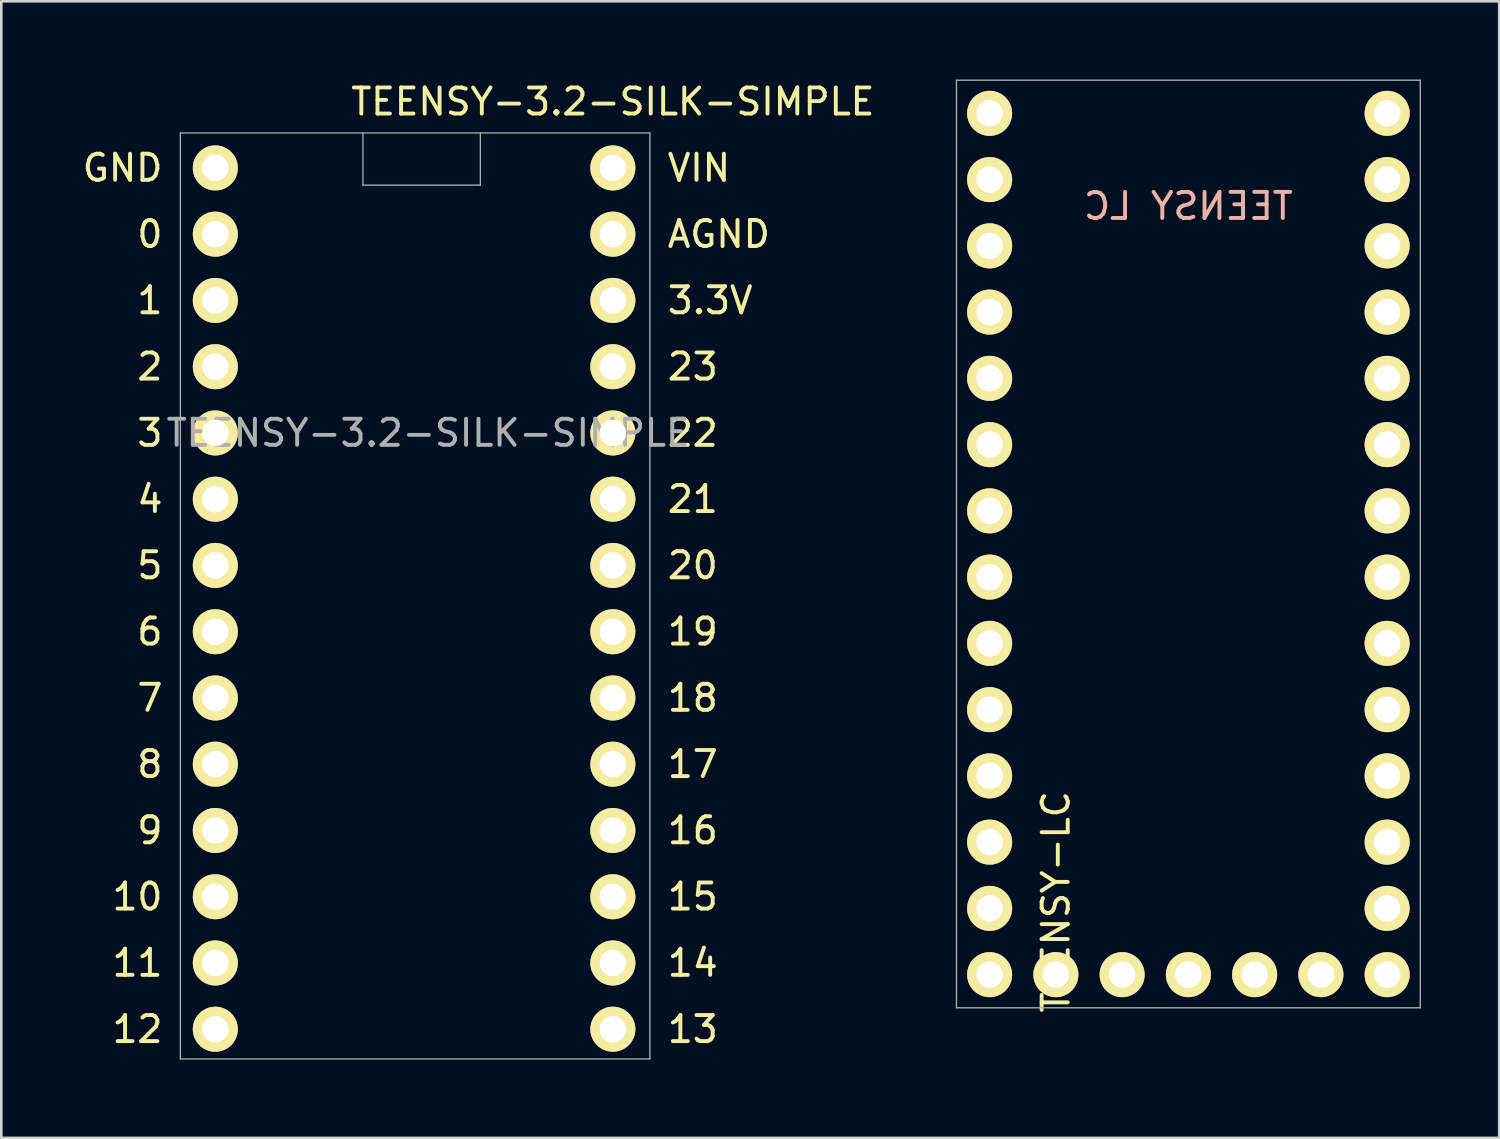
<source format=kicad_pcb>
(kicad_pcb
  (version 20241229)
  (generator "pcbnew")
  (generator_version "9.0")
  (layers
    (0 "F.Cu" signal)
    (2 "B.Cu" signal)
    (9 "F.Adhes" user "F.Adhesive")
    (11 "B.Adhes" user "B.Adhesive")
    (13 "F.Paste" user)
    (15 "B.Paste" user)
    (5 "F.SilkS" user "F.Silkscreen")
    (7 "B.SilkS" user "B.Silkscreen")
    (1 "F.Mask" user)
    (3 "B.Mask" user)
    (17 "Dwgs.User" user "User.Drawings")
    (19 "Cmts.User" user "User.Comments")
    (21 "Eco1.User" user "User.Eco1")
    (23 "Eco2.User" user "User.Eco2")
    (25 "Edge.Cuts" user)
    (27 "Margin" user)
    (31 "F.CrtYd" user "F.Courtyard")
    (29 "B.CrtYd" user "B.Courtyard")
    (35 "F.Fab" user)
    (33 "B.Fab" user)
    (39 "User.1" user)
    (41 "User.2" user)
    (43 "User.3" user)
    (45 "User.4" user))
  (footprint "TEENSY-LC"
    (layer "F.Cu")
    (at 45.049 11.455)
    (property "Reference" "TEENSY-LC" (at -7.62 20.066 270) (layer "F.SilkS") (effects (font (size 1 1) (thickness 0.15))))
    (attr smd)
    (fp_line (start -11.43 -11.43) (end -11.43 24.13) (stroke (width 0.051) (type solid)) (layer "F.Fab"))
    (fp_line (start -11.43 24.13) (end 6.35 24.13) (stroke (width 0.051) (type solid)) (layer "F.Fab"))
    (fp_line (start 6.35 -11.43) (end -11.43 -11.43) (stroke (width 0.051) (type solid)) (layer "F.Fab"))
    (fp_line (start 6.35 24.13) (end 6.35 -11.43) (stroke (width 0.051) (type solid)) (layer "F.Fab"))
    (fp_text user "TEENSY LC" (at -2.54 -6.604 180) (layer "B.SilkS") (effects (font (size 1 1) (thickness 0.15)) (justify mirror)))
    (pad "0" thru_hole circle (at -10.16 -7.62) (size 1.727 1.727) (drill 1.016) (layers "*.Cu" "*.Mask" "F.SilkS"))
    (pad "1" thru_hole circle (at -10.16 -5.08) (size 1.727 1.727) (drill 1.016) (layers "*.Cu" "*.Mask" "F.SilkS"))
    (pad "2" thru_hole circle (at -10.16 -2.54) (size 1.727 1.727) (drill 1.016) (layers "*.Cu" "*.Mask" "F.SilkS"))
    (pad "3" thru_hole circle (at -10.16 0) (size 1.727 1.727) (drill 1.016) (layers "*.Cu" "*.Mask" "F.SilkS"))
    (pad "3V1" thru_hole circle (at -5.08 22.86) (size 1.727 1.727) (drill 1.016) (layers "*.Cu" "*.Mask" "F.SilkS"))
    (pad "3V2" thru_hole circle (at 5.08 -5.08) (size 1.727 1.727) (drill 1.016) (layers "*.Cu" "*.Mask" "F.SilkS"))
    (pad "4" thru_hole circle (at -10.16 2.54) (size 1.727 1.727) (drill 1.016) (layers "*.Cu" "*.Mask" "F.SilkS"))
    (pad "5" thru_hole circle (at -10.16 5.08) (size 1.727 1.727) (drill 1.016) (layers "*.Cu" "*.Mask" "F.SilkS"))
    (pad "6" thru_hole circle (at -10.16 7.62) (size 1.727 1.727) (drill 1.016) (layers "*.Cu" "*.Mask" "F.SilkS"))
    (pad "7" thru_hole circle (at -10.16 10.16) (size 1.727 1.727) (drill 1.016) (layers "*.Cu" "*.Mask" "F.SilkS"))
    (pad "8" thru_hole circle (at -10.16 12.7) (size 1.727 1.727) (drill 1.016) (layers "*.Cu" "*.Mask" "F.SilkS"))
    (pad "9" thru_hole circle (at -10.16 15.24) (size 1.727 1.727) (drill 1.016) (layers "*.Cu" "*.Mask" "F.SilkS"))
    (pad "10" thru_hole circle (at -10.16 17.78) (size 1.727 1.727) (drill 1.016) (layers "*.Cu" "*.Mask" "F.SilkS"))
    (pad "11" thru_hole circle (at -10.16 20.32) (size 1.727 1.727) (drill 1.016) (layers "*.Cu" "*.Mask" "F.SilkS"))
    (pad "12" thru_hole circle (at -10.16 22.86) (size 1.727 1.727) (drill 1.016) (layers "*.Cu" "*.Mask" "F.SilkS"))
    (pad "13" thru_hole circle (at 5.08 22.86) (size 1.727 1.727) (drill 1.016) (layers "*.Cu" "*.Mask" "F.SilkS"))
    (pad "14" thru_hole circle (at 5.08 20.32) (size 1.727 1.727) (drill 1.016) (layers "*.Cu" "*.Mask" "F.SilkS"))
    (pad "15" thru_hole circle (at 5.08 17.78) (size 1.727 1.727) (drill 1.016) (layers "*.Cu" "*.Mask" "F.SilkS"))
    (pad "16" thru_hole circle (at 5.08 15.24) (size 1.727 1.727) (drill 1.016) (layers "*.Cu" "*.Mask" "F.SilkS"))
    (pad "17" thru_hole circle (at 5.08 12.7) (size 1.727 1.727) (drill 1.016) (layers "*.Cu" "*.Mask" "F.SilkS"))
    (pad "17A" thru_hole circle (at -7.62 22.86) (size 1.727 1.727) (drill 1.016) (layers "*.Cu" "*.Mask" "F.SilkS"))
    (pad "18" thru_hole circle (at 5.08 10.16) (size 1.727 1.727) (drill 1.016) (layers "*.Cu" "*.Mask" "F.SilkS"))
    (pad "19" thru_hole circle (at 5.08 7.62) (size 1.727 1.727) (drill 1.016) (layers "*.Cu" "*.Mask" "F.SilkS"))
    (pad "20" thru_hole circle (at 5.08 5.08) (size 1.727 1.727) (drill 1.016) (layers "*.Cu" "*.Mask" "F.SilkS"))
    (pad "21" thru_hole circle (at 5.08 2.54) (size 1.727 1.727) (drill 1.016) (layers "*.Cu" "*.Mask" "F.SilkS"))
    (pad "22" thru_hole circle (at 5.08 0) (size 1.727 1.727) (drill 1.016) (layers "*.Cu" "*.Mask" "F.SilkS"))
    (pad "23" thru_hole circle (at 5.08 -2.54) (size 1.727 1.727) (drill 1.016) (layers "*.Cu" "*.Mask" "F.SilkS"))
    (pad "DAC" thru_hole circle (at 2.54 22.86) (size 1.727 1.727) (drill 1.016) (layers "*.Cu" "*.Mask" "F.SilkS"))
    (pad "G1" thru_hole circle (at -10.16 -10.16) (size 1.727 1.727) (drill 1.016) (layers "*.Cu" "*.Mask" "F.SilkS"))
    (pad "G2" thru_hole circle (at -2.54 22.86) (size 1.727 1.727) (drill 1.016) (layers "*.Cu" "*.Mask" "F.SilkS"))
    (pad "G3" thru_hole circle (at 5.08 -7.62) (size 1.727 1.727) (drill 1.016) (layers "*.Cu" "*.Mask" "F.SilkS"))
    (pad "PGM" thru_hole circle (at 0 22.86) (size 1.727 1.727) (drill 1.016) (layers "*.Cu" "*.Mask" "F.SilkS"))
    (pad "VIN" thru_hole circle (at 5.08 -10.16) (size 1.727 1.727) (drill 1.016) (layers "*.Cu" "*.Mask" "F.SilkS")))
  (footprint "TEENSY-3.2-SILK-SIMPLE"
    (layer "F.Cu")
    (at 15.365 13.548)
    (property "Reference" "TEENSY-3.2-SILK-SIMPLE" (at -2 0 0) (layer "F.Fab") (effects (font (size 1 1) (thickness 0.15))))
    (attr smd)
    (fp_line (start -11.5 -11.5) (end -11.5 24) (stroke (width 0.05) (type solid)) (layer "F.Fab"))
    (fp_line (start -11.5 24) (end 6.5 24) (stroke (width 0.05) (type solid)) (layer "F.Fab"))
    (fp_line (start -4.5 -11.5) (end -4.5 -9.5) (stroke (width 0.05) (type solid)) (layer "F.Fab"))
    (fp_line (start -4.5 -9.5) (end 0 -9.5) (stroke (width 0.05) (type solid)) (layer "F.Fab"))
    (fp_line (start 0 -9.5) (end 0 -11.5) (stroke (width 0.05) (type solid)) (layer "F.Fab"))
    (fp_line (start 6.5 -11.5) (end -11.5 -11.5) (stroke (width 0.05) (type solid)) (layer "F.Fab"))
    (fp_line (start 6.5 24) (end 6.5 -11.5) (stroke (width 0.05) (type solid)) (layer "F.Fab"))
    (fp_text user "7" (at -12.668 10.16 0) (layer "F.SilkS") (effects (font (size 1 1) (thickness 0.15))))
    (fp_text user "22" (at 8.144 0 0) (layer "F.SilkS") (effects (font (size 1 1) (thickness 0.15))))
    (fp_text user "14" (at 8.144 20.32 0) (layer "F.SilkS") (effects (font (size 1 1) (thickness 0.15))))
    (fp_text user "20" (at 8.144 5.08 0) (layer "F.SilkS") (effects (font (size 1 1) (thickness 0.15))))
    (fp_text user "AGND" (at 9.144 -7.62 0) (layer "F.SilkS") (effects (font (size 1 1) (thickness 0.15))))
    (fp_text user "17" (at 8.144 12.7 0) (layer "F.SilkS") (effects (font (size 1 1) (thickness 0.15))))
    (fp_text user "21" (at 8.144 2.54 0) (layer "F.SilkS") (effects (font (size 1 1) (thickness 0.15))))
    (fp_text user "15" (at 8.144 17.78 0) (layer "F.SilkS") (effects (font (size 1 1) (thickness 0.15))))
    (fp_text user "9" (at -12.668 15.24 0) (layer "F.SilkS") (effects (font (size 1 1) (thickness 0.15))))
    (fp_text user "5" (at -12.668 5.08 0) (layer "F.SilkS") (effects (font (size 1 1) (thickness 0.15))))
    (fp_text user "19" (at 8.144 7.62 0) (layer "F.SilkS") (effects (font (size 1 1) (thickness 0.15))))
    (fp_text user "10" (at -13.145 17.78 0) (layer "F.SilkS") (effects (font (size 1 1) (thickness 0.15))))
    (fp_text user "2" (at -12.668 -2.54 0) (layer "F.SilkS") (effects (font (size 1 1) (thickness 0.15))))
    (fp_text user "12" (at -13.145 22.86 0) (layer "F.SilkS") (effects (font (size 1 1) (thickness 0.15))))
    (fp_text user "16" (at 8.144 15.24 0) (layer "F.SilkS") (effects (font (size 1 1) (thickness 0.15))))
    (fp_text user "1" (at -12.668 -5.08 0) (layer "F.SilkS") (effects (font (size 1 1) (thickness 0.15))))
    (fp_text user "6" (at -12.668 7.62 0) (layer "F.SilkS") (effects (font (size 1 1) (thickness 0.15))))
    (fp_text user "13" (at 8.144 22.86 0) (layer "F.SilkS") (effects (font (size 1 1) (thickness 0.15))))
    (fp_text user "3" (at -12.668 0 0) (layer "F.SilkS") (effects (font (size 1 1) (thickness 0.15))))
    (fp_text user "11" (at -13.145 20.32 0) (layer "F.SilkS") (effects (font (size 1 1) (thickness 0.15))))
    (fp_text user "VIN" (at 8.382 -10.16 0) (layer "F.SilkS") (effects (font (size 1 1) (thickness 0.15))))
    (fp_text user "4" (at -12.668 2.54 0) (layer "F.SilkS") (effects (font (size 1 1) (thickness 0.15))))
    (fp_text user "0" (at -12.668 -7.62 0) (layer "F.SilkS") (effects (font (size 1 1) (thickness 0.15))))
    (fp_text user "GND" (at -13.716 -10.16 0) (layer "F.SilkS") (effects (font (size 1 1) (thickness 0.15))))
    (fp_text user "${REFERENCE}" (at 5.08 -12.7 0) (layer "F.SilkS") (effects (font (size 1 1) (thickness 0.15))))
    (fp_text user "23" (at 8.144 -2.54 0) (layer "F.SilkS") (effects (font (size 1 1) (thickness 0.15))))
    (fp_text user "3.3V" (at 8.811 -5.08 0) (layer "F.SilkS") (effects (font (size 1 1) (thickness 0.15))))
    (fp_text user "18" (at 8.144 10.16 0) (layer "F.SilkS") (effects (font (size 1 1) (thickness 0.15))))
    (fp_text user "8" (at -12.668 12.7 0) (layer "F.SilkS") (effects (font (size 1 1) (thickness 0.15))))
    (pad "0" thru_hole circle (at -10.16 -7.62) (size 1.727 1.727) (drill 1.016) (layers "*.Cu" "*.Mask" "F.SilkS"))
    (pad "1" thru_hole circle (at -10.16 -5.08) (size 1.727 1.727) (drill 1.016) (layers "*.Cu" "*.Mask" "F.SilkS"))
    (pad "2" thru_hole circle (at -10.16 -2.54) (size 1.727 1.727) (drill 1.016) (layers "*.Cu" "*.Mask" "F.SilkS"))
    (pad "3" thru_hole circle (at -10.16 0) (size 1.727 1.727) (drill 1.016) (layers "*.Cu" "*.Mask" "F.SilkS"))
    (pad "3V2" thru_hole circle (at 5.08 -5.08) (size 1.727 1.727) (drill 1.016) (layers "*.Cu" "*.Mask" "F.SilkS"))
    (pad "4" thru_hole circle (at -10.16 2.54) (size 1.727 1.727) (drill 1.016) (layers "*.Cu" "*.Mask" "F.SilkS"))
    (pad "5" thru_hole circle (at -10.16 5.08) (size 1.727 1.727) (drill 1.016) (layers "*.Cu" "*.Mask" "F.SilkS"))
    (pad "6" thru_hole circle (at -10.16 7.62) (size 1.727 1.727) (drill 1.016) (layers "*.Cu" "*.Mask" "F.SilkS"))
    (pad "7" thru_hole circle (at -10.16 10.16) (size 1.727 1.727) (drill 1.016) (layers "*.Cu" "*.Mask" "F.SilkS"))
    (pad "8" thru_hole circle (at -10.16 12.7) (size 1.727 1.727) (drill 1.016) (layers "*.Cu" "*.Mask" "F.SilkS"))
    (pad "9" thru_hole circle (at -10.16 15.24) (size 1.727 1.727) (drill 1.016) (layers "*.Cu" "*.Mask" "F.SilkS"))
    (pad "10" thru_hole circle (at -10.16 17.78) (size 1.727 1.727) (drill 1.016) (layers "*.Cu" "*.Mask" "F.SilkS"))
    (pad "11" thru_hole circle (at -10.16 20.32) (size 1.727 1.727) (drill 1.016) (layers "*.Cu" "*.Mask" "F.SilkS"))
    (pad "12" thru_hole circle (at -10.16 22.86) (size 1.727 1.727) (drill 1.016) (layers "*.Cu" "*.Mask" "F.SilkS"))
    (pad "13" thru_hole circle (at 5.08 22.86) (size 1.727 1.727) (drill 1.016) (layers "*.Cu" "*.Mask" "F.SilkS"))
    (pad "14" thru_hole circle (at 5.08 20.32) (size 1.727 1.727) (drill 1.016) (layers "*.Cu" "*.Mask" "F.SilkS"))
    (pad "15" thru_hole circle (at 5.08 17.78) (size 1.727 1.727) (drill 1.016) (layers "*.Cu" "*.Mask" "F.SilkS"))
    (pad "16" thru_hole circle (at 5.08 15.24) (size 1.727 1.727) (drill 1.016) (layers "*.Cu" "*.Mask" "F.SilkS"))
    (pad "17" thru_hole circle (at 5.08 12.7) (size 1.727 1.727) (drill 1.016) (layers "*.Cu" "*.Mask" "F.SilkS"))
    (pad "18" thru_hole circle (at 5.08 10.16) (size 1.727 1.727) (drill 1.016) (layers "*.Cu" "*.Mask" "F.SilkS"))
    (pad "19" thru_hole circle (at 5.08 7.62) (size 1.727 1.727) (drill 1.016) (layers "*.Cu" "*.Mask" "F.SilkS"))
    (pad "20" thru_hole circle (at 5.08 5.08) (size 1.727 1.727) (drill 1.016) (layers "*.Cu" "*.Mask" "F.SilkS"))
    (pad "21" thru_hole circle (at 5.08 2.54) (size 1.727 1.727) (drill 1.016) (layers "*.Cu" "*.Mask" "F.SilkS"))
    (pad "22" thru_hole circle (at 5.08 0) (size 1.727 1.727) (drill 1.016) (layers "*.Cu" "*.Mask" "F.SilkS"))
    (pad "23" thru_hole circle (at 5.08 -2.54) (size 1.727 1.727) (drill 1.016) (layers "*.Cu" "*.Mask" "F.SilkS"))
    (pad "AG" thru_hole circle (at 5.08 -7.62) (size 1.727 1.727) (drill 1.016) (layers "*.Cu" "*.Mask" "F.SilkS"))
    (pad "G1" thru_hole circle (at -10.16 -10.16) (size 1.727 1.727) (drill 1.016) (layers "*.Cu" "*.Mask" "F.SilkS"))
    (pad "VIN" thru_hole circle (at 5.08 -10.16) (size 1.727 1.727) (drill 1.016) (layers "*.Cu" "*.Mask" "F.SilkS")))
  (gr_rect
    (start -3 -3)
    (end 54.424 40.573)
    (stroke (width 0.1) (type default))
    (fill no)
    (layer "Edge.Cuts")))
</source>
